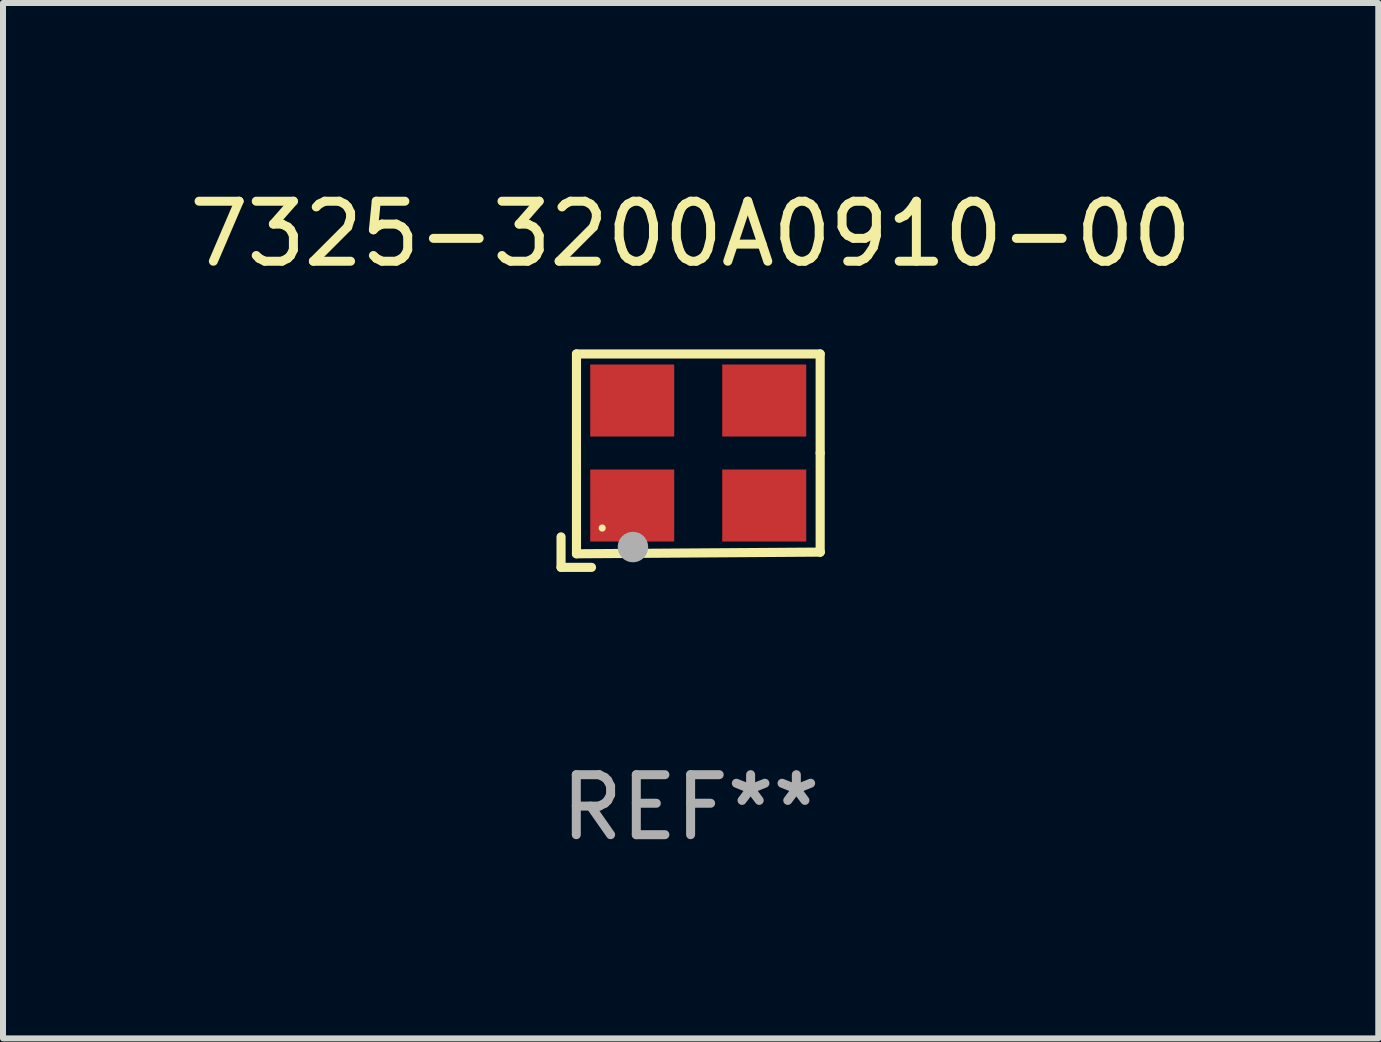
<source format=kicad_pcb>
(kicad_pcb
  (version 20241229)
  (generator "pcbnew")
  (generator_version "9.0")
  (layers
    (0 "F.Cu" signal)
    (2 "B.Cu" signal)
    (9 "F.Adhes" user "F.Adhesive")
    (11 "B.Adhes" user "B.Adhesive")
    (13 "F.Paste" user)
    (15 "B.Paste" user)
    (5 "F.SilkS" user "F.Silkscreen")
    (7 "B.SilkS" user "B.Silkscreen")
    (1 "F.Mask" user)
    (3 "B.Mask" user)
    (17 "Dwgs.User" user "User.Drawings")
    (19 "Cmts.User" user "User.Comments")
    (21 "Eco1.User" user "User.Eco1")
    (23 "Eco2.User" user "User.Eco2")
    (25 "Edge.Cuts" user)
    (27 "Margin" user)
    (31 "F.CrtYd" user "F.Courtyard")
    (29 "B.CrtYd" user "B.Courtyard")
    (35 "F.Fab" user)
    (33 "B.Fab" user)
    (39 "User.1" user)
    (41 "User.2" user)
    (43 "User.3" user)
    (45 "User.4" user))
  (footprint "7325-3200A0910-00"
    (layer "F.Cu")
    (at 8.458 4.626)
    (property "Reference" "7325-3200A0910-00" (at 0 -3.778 0) (layer "F.SilkS") (effects (font (size 1 1) (thickness 0.15))))
    (attr through_hole)
    (fp_line (start -2.159 1.27) (end -2.159 1.778) (stroke (width 0.152) (type solid)) (layer "F.SilkS"))
    (fp_line (start -2.159 1.778) (end -1.651 1.778) (stroke (width 0.152) (type solid)) (layer "F.SilkS"))
    (fp_line (start -1.902 -1.778) (end 2.159 -1.778) (stroke (width 0.152) (type solid)) (layer "F.SilkS"))
    (fp_line (start -1.902 1.552) (end -1.902 -1.778) (stroke (width 0.152) (type solid)) (layer "F.SilkS"))
    (fp_line (start 2.159 -1.778) (end 2.159 -0.127) (stroke (width 0.152) (type solid)) (layer "F.SilkS"))
    (fp_line (start 2.159 -0.127) (end 2.159 1.524) (stroke (width 0.152) (type solid)) (layer "F.SilkS"))
    (fp_line (start 2.159 1.524) (end -1.902 1.552) (stroke (width 0.152) (type solid)) (layer "F.SilkS"))
    (fp_line (start 2.159 1.524) (end 2.159 1.524) (stroke (width 0.152) (type solid)) (layer "F.SilkS"))
    (fp_circle (center -1.473 1.123) (end -1.443 1.123) (stroke (width 0.06) (type solid)) (fill no) (layer "F.SilkS"))
    (fp_circle (center -0.961 1.44) (end -0.834 1.44) (stroke (width 0.254) (type solid)) (fill no) (layer "F.Fab"))
    (fp_text user "REF**" (at 0 5.778 0) (layer "F.Fab") (effects (font (size 1 1) (thickness 0.15))))
    (pad "1" smd rect (at -0.973 0.748) (size 1.4 1.2) (layers "F.Cu" "F.Mask" "F.Paste"))
    (pad "2" smd rect (at 1.227 0.748) (size 1.4 1.2) (layers "F.Cu" "F.Mask" "F.Paste"))
    (pad "3" smd rect (at 1.227 -1.002) (size 1.4 1.2) (layers "F.Cu" "F.Mask" "F.Paste"))
    (pad "4" smd rect (at -0.973 -1.002) (size 1.4 1.2) (layers "F.Cu" "F.Mask" "F.Paste")))
  (gr_rect
    (start -3 -3)
    (end 19.917 14.253)
    (stroke (width 0.1) (type default))
    (fill no)
    (layer "Edge.Cuts")))
</source>
